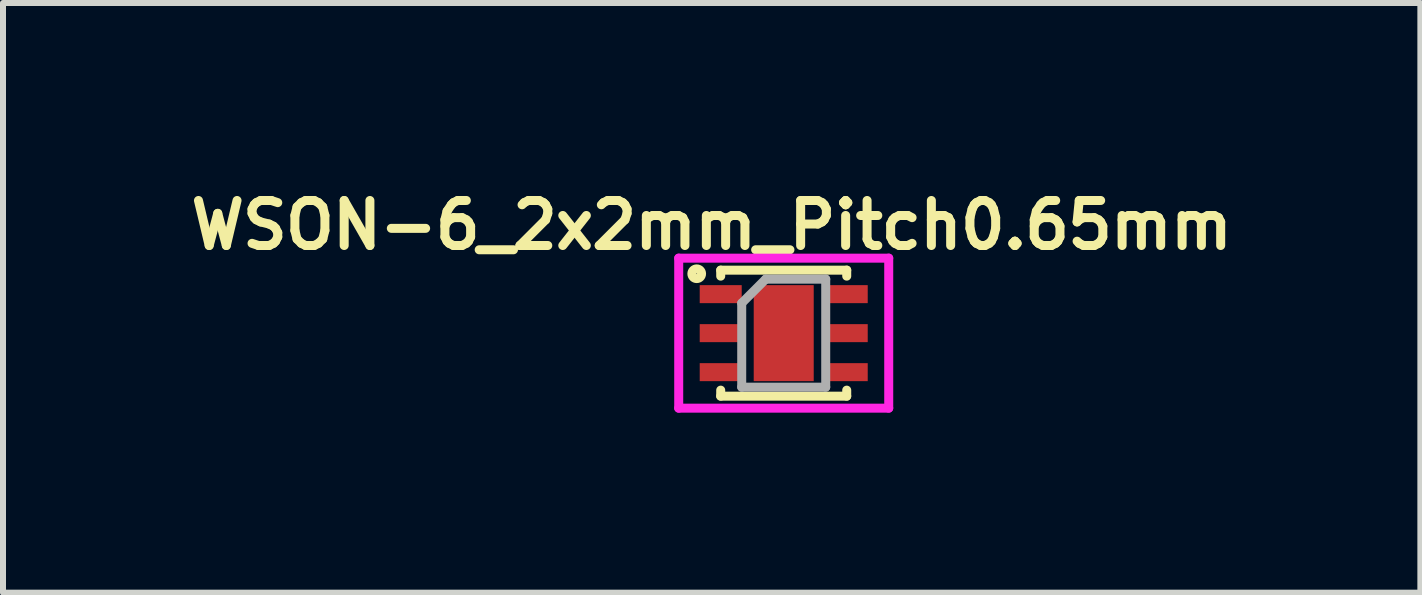
<source format=kicad_pcb>
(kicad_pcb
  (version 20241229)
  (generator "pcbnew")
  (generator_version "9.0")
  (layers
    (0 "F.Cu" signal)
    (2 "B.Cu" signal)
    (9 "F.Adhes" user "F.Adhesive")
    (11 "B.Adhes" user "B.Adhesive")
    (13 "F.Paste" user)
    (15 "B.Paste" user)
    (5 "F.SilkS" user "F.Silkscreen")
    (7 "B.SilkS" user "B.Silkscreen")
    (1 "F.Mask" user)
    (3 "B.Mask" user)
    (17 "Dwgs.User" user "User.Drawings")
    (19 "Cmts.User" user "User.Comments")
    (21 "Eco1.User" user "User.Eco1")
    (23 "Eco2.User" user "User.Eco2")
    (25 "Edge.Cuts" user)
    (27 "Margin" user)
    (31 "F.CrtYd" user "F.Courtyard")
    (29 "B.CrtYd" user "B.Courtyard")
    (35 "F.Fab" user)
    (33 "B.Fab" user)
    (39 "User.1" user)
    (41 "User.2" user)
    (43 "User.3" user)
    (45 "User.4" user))
  (footprint "WSON-6_2x2mm_Pitch0.65mm"
    (layer "F.Cu")
    (at 10.011 2.502)
    (property "Reference" "WSON-6_2x2mm_Pitch0.65mm" (at -1.2 -1.8 0) (layer "F.SilkS") (effects (font (size 0.75 0.75) (thickness 0.15))))
    (attr through_hole)
    (fp_line (start -1.05 -1.05) (end -1.05 -0.95) (stroke (width 0.15) (type solid)) (layer "F.SilkS"))
    (fp_line (start -1.05 1.05) (end -1.05 0.95) (stroke (width 0.15) (type solid)) (layer "F.SilkS"))
    (fp_line (start -1.05 1.05) (end 1.05 1.05) (stroke (width 0.15) (type solid)) (layer "F.SilkS"))
    (fp_line (start 1.05 -1.05) (end -1.05 -1.05) (stroke (width 0.15) (type solid)) (layer "F.SilkS"))
    (fp_line (start 1.05 -1.05) (end 1.05 -0.95) (stroke (width 0.15) (type solid)) (layer "F.SilkS"))
    (fp_line (start 1.05 1.05) (end 1.05 0.95) (stroke (width 0.15) (type solid)) (layer "F.SilkS"))
    (fp_circle (center -1.45 -0.99) (end -1.38 -0.95) (stroke (width 0.15) (type solid)) (fill no) (layer "F.SilkS"))
    (fp_line (start -1.75 -1.25) (end -1.75 1.25) (stroke (width 0.15) (type solid)) (layer "F.CrtYd"))
    (fp_line (start -1.75 1.25) (end 1.75 1.25) (stroke (width 0.15) (type solid)) (layer "F.CrtYd"))
    (fp_line (start 1.75 -1.25) (end -1.75 -1.25) (stroke (width 0.15) (type solid)) (layer "F.CrtYd"))
    (fp_line (start 1.75 1.25) (end 1.75 -1.25) (stroke (width 0.15) (type solid)) (layer "F.CrtYd"))
    (fp_line (start -0.7 -0.5) (end -0.3 -0.9) (stroke (width 0.15) (type solid)) (layer "F.Fab"))
    (fp_line (start -0.7 0.9) (end -0.7 -0.5) (stroke (width 0.15) (type solid)) (layer "F.Fab"))
    (fp_line (start -0.3 -0.9) (end 0.7 -0.9) (stroke (width 0.15) (type solid)) (layer "F.Fab"))
    (fp_line (start 0.7 -0.9) (end 0.7 0.9) (stroke (width 0.15) (type solid)) (layer "F.Fab"))
    (fp_line (start 0.7 0.9) (end -0.7 0.9) (stroke (width 0.15) (type solid)) (layer "F.Fab"))
    (pad "1" smd rect (at -1.05 -0.65 270) (size 0.3 0.7) (layers "F.Cu" "F.Mask" "F.Paste"))
    (pad "2" smd rect (at -1.05 0 270) (size 0.3 0.7) (layers "F.Cu" "F.Mask" "F.Paste"))
    (pad "3" smd rect (at -1.05 0.65 270) (size 0.3 0.7) (layers "F.Cu" "F.Mask" "F.Paste"))
    (pad "4" smd rect (at 1.05 0.65 270) (size 0.3 0.7) (layers "F.Cu" "F.Mask" "F.Paste"))
    (pad "5" smd rect (at 1.05 0 270) (size 0.3 0.7) (layers "F.Cu" "F.Mask" "F.Paste"))
    (pad "6" smd rect (at 1.05 -0.65 270) (size 0.3 0.7) (layers "F.Cu" "F.Mask" "F.Paste"))
    (pad "7" smd rect (at 0 0 270) (size 1.6 1) (layers "F.Cu" "F.Mask" "F.Paste")))
  (gr_rect
    (start -3 -3)
    (end 20.621 6.827)
    (stroke (width 0.1) (type default))
    (fill no)
    (layer "Edge.Cuts")))
</source>
